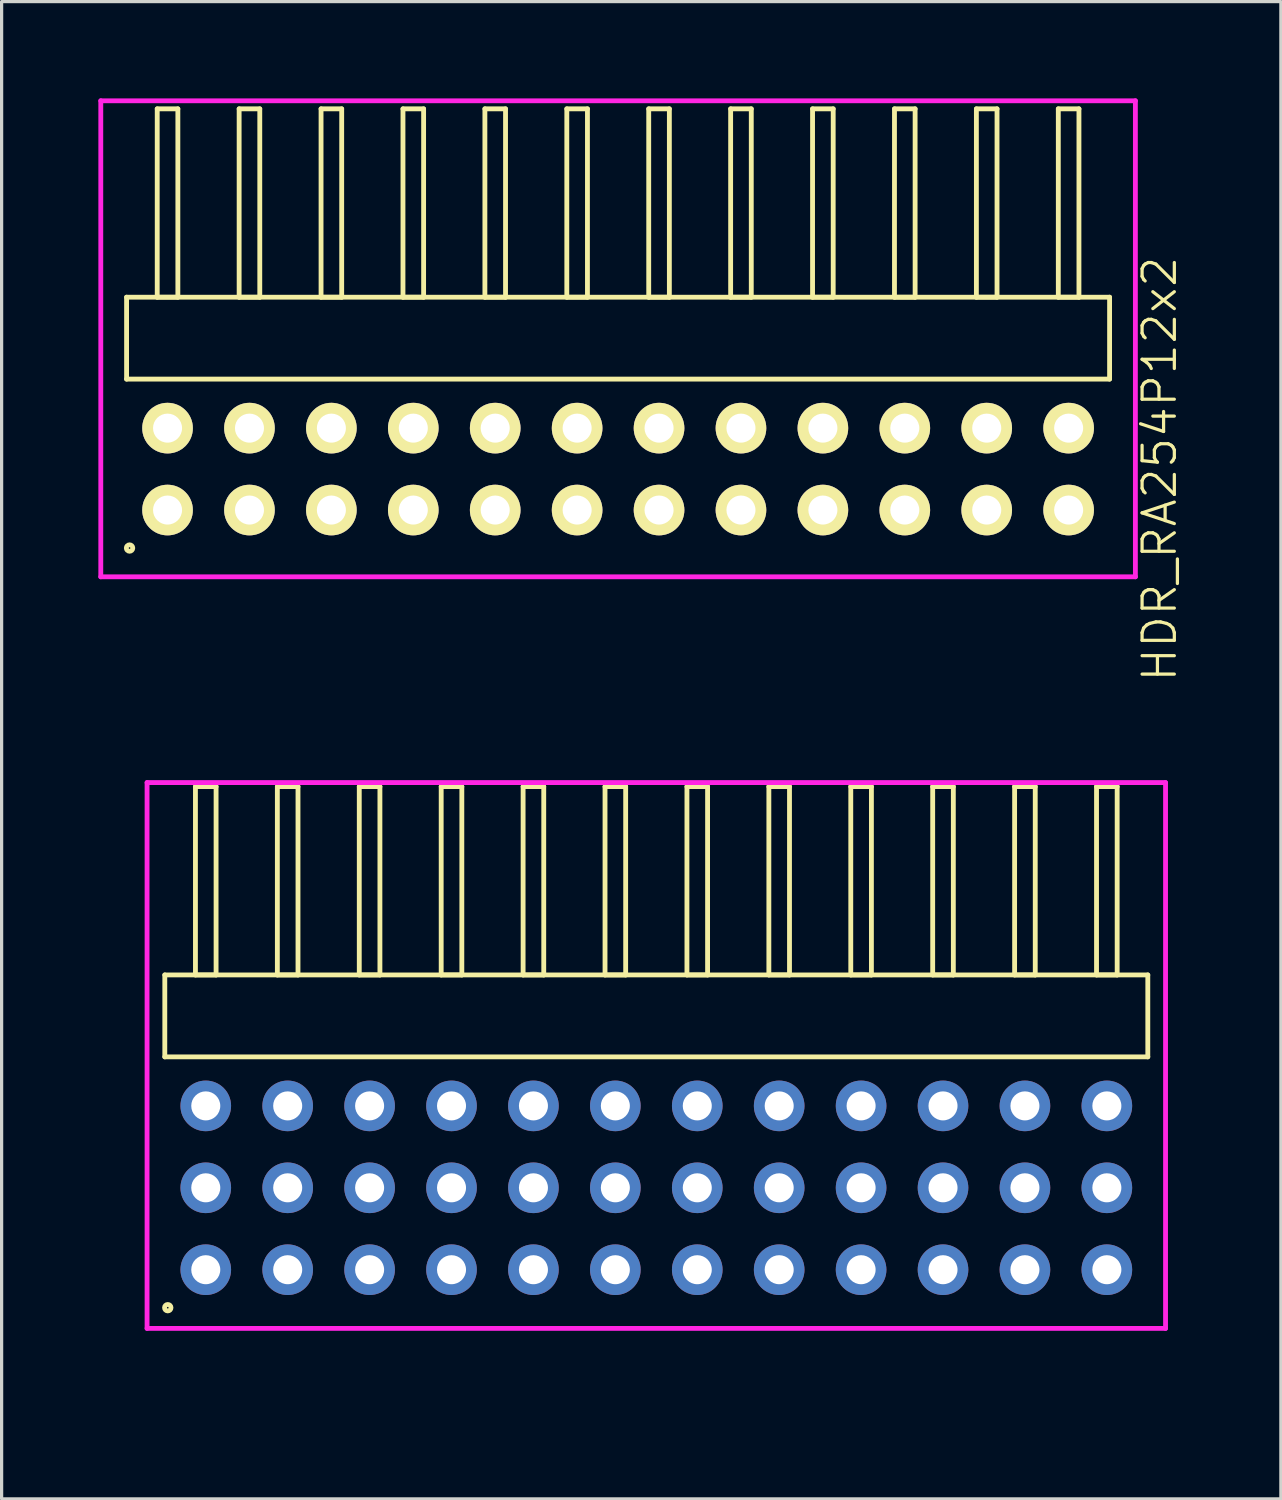
<source format=kicad_pcb>
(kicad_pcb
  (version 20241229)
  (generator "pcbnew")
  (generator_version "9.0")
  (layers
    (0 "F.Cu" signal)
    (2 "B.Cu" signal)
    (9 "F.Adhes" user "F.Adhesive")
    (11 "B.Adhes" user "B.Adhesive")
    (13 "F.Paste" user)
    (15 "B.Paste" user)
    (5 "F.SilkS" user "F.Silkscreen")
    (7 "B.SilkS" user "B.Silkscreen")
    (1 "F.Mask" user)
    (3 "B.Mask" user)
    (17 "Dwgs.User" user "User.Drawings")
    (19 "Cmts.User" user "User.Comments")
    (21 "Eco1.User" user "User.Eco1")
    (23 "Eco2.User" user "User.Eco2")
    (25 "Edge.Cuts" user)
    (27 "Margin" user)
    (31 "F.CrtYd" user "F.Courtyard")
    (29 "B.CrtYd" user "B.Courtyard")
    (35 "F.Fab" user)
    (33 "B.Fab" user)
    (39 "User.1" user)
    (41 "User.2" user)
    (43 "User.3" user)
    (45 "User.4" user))
  (footprint "HDR_RA254P12x3"
    (layer "F.Cu")
    (at 17.3 33.78)
    (property "Reference" "HDR_RA254P12x3" (at -16.54 0 90) (layer "User.1") (effects (font (size 1 1) (thickness 0.1))))
    (attr through_hole)
    (fp_line (start -15.24 -6.6) (end -15.24 -4.06) (stroke (width 0.15) (type solid)) (layer "F.SilkS"))
    (fp_line (start -15.24 -4.06) (end 15.24 -4.06) (stroke (width 0.15) (type solid)) (layer "F.SilkS"))
    (fp_line (start -14.29 -12.44) (end -14.29 -6.6) (stroke (width 0.15) (type solid)) (layer "F.SilkS"))
    (fp_line (start -14.29 -6.6) (end -13.65 -6.6) (stroke (width 0.15) (type solid)) (layer "F.SilkS"))
    (fp_line (start -13.65 -12.44) (end -14.29 -12.44) (stroke (width 0.15) (type solid)) (layer "F.SilkS"))
    (fp_line (start -13.65 -6.6) (end -13.65 -12.44) (stroke (width 0.15) (type solid)) (layer "F.SilkS"))
    (fp_line (start -11.75 -12.44) (end -11.75 -6.6) (stroke (width 0.15) (type solid)) (layer "F.SilkS"))
    (fp_line (start -11.75 -6.6) (end -11.11 -6.6) (stroke (width 0.15) (type solid)) (layer "F.SilkS"))
    (fp_line (start -11.11 -12.44) (end -11.75 -12.44) (stroke (width 0.15) (type solid)) (layer "F.SilkS"))
    (fp_line (start -11.11 -6.6) (end -11.11 -12.44) (stroke (width 0.15) (type solid)) (layer "F.SilkS"))
    (fp_line (start -9.21 -12.44) (end -9.21 -6.6) (stroke (width 0.15) (type solid)) (layer "F.SilkS"))
    (fp_line (start -9.21 -6.6) (end -8.57 -6.6) (stroke (width 0.15) (type solid)) (layer "F.SilkS"))
    (fp_line (start -8.57 -12.44) (end -9.21 -12.44) (stroke (width 0.15) (type solid)) (layer "F.SilkS"))
    (fp_line (start -8.57 -6.6) (end -8.57 -12.44) (stroke (width 0.15) (type solid)) (layer "F.SilkS"))
    (fp_line (start -6.67 -12.44) (end -6.67 -6.6) (stroke (width 0.15) (type solid)) (layer "F.SilkS"))
    (fp_line (start -6.67 -6.6) (end -6.03 -6.6) (stroke (width 0.15) (type solid)) (layer "F.SilkS"))
    (fp_line (start -6.03 -12.44) (end -6.67 -12.44) (stroke (width 0.15) (type solid)) (layer "F.SilkS"))
    (fp_line (start -6.03 -6.6) (end -6.03 -12.44) (stroke (width 0.15) (type solid)) (layer "F.SilkS"))
    (fp_line (start -4.13 -12.44) (end -4.13 -6.6) (stroke (width 0.15) (type solid)) (layer "F.SilkS"))
    (fp_line (start -4.13 -6.6) (end -3.49 -6.6) (stroke (width 0.15) (type solid)) (layer "F.SilkS"))
    (fp_line (start -3.49 -12.44) (end -4.13 -12.44) (stroke (width 0.15) (type solid)) (layer "F.SilkS"))
    (fp_line (start -3.49 -6.6) (end -3.49 -12.44) (stroke (width 0.15) (type solid)) (layer "F.SilkS"))
    (fp_line (start -1.59 -12.44) (end -1.59 -6.6) (stroke (width 0.15) (type solid)) (layer "F.SilkS"))
    (fp_line (start -1.59 -6.6) (end -0.95 -6.6) (stroke (width 0.15) (type solid)) (layer "F.SilkS"))
    (fp_line (start -0.95 -12.44) (end -1.59 -12.44) (stroke (width 0.15) (type solid)) (layer "F.SilkS"))
    (fp_line (start -0.95 -6.6) (end -0.95 -12.44) (stroke (width 0.15) (type solid)) (layer "F.SilkS"))
    (fp_line (start 0.95 -12.44) (end 0.95 -6.6) (stroke (width 0.15) (type solid)) (layer "F.SilkS"))
    (fp_line (start 0.95 -6.6) (end 1.59 -6.6) (stroke (width 0.15) (type solid)) (layer "F.SilkS"))
    (fp_line (start 1.59 -12.44) (end 0.95 -12.44) (stroke (width 0.15) (type solid)) (layer "F.SilkS"))
    (fp_line (start 1.59 -6.6) (end 1.59 -12.44) (stroke (width 0.15) (type solid)) (layer "F.SilkS"))
    (fp_line (start 3.49 -12.44) (end 3.49 -6.6) (stroke (width 0.15) (type solid)) (layer "F.SilkS"))
    (fp_line (start 3.49 -6.6) (end 4.13 -6.6) (stroke (width 0.15) (type solid)) (layer "F.SilkS"))
    (fp_line (start 4.13 -12.44) (end 3.49 -12.44) (stroke (width 0.15) (type solid)) (layer "F.SilkS"))
    (fp_line (start 4.13 -6.6) (end 4.13 -12.44) (stroke (width 0.15) (type solid)) (layer "F.SilkS"))
    (fp_line (start 6.03 -12.44) (end 6.03 -6.6) (stroke (width 0.15) (type solid)) (layer "F.SilkS"))
    (fp_line (start 6.03 -6.6) (end 6.67 -6.6) (stroke (width 0.15) (type solid)) (layer "F.SilkS"))
    (fp_line (start 6.67 -12.44) (end 6.03 -12.44) (stroke (width 0.15) (type solid)) (layer "F.SilkS"))
    (fp_line (start 6.67 -6.6) (end 6.67 -12.44) (stroke (width 0.15) (type solid)) (layer "F.SilkS"))
    (fp_line (start 8.57 -12.44) (end 8.57 -6.6) (stroke (width 0.15) (type solid)) (layer "F.SilkS"))
    (fp_line (start 8.57 -6.6) (end 9.21 -6.6) (stroke (width 0.15) (type solid)) (layer "F.SilkS"))
    (fp_line (start 9.21 -12.44) (end 8.57 -12.44) (stroke (width 0.15) (type solid)) (layer "F.SilkS"))
    (fp_line (start 9.21 -6.6) (end 9.21 -12.44) (stroke (width 0.15) (type solid)) (layer "F.SilkS"))
    (fp_line (start 11.11 -12.44) (end 11.11 -6.6) (stroke (width 0.15) (type solid)) (layer "F.SilkS"))
    (fp_line (start 11.11 -6.6) (end 11.75 -6.6) (stroke (width 0.15) (type solid)) (layer "F.SilkS"))
    (fp_line (start 11.75 -12.44) (end 11.11 -12.44) (stroke (width 0.15) (type solid)) (layer "F.SilkS"))
    (fp_line (start 11.75 -6.6) (end 11.75 -12.44) (stroke (width 0.15) (type solid)) (layer "F.SilkS"))
    (fp_line (start 13.65 -12.44) (end 13.65 -6.6) (stroke (width 0.15) (type solid)) (layer "F.SilkS"))
    (fp_line (start 13.65 -6.6) (end 14.29 -6.6) (stroke (width 0.15) (type solid)) (layer "F.SilkS"))
    (fp_line (start 14.29 -12.44) (end 13.65 -12.44) (stroke (width 0.15) (type solid)) (layer "F.SilkS"))
    (fp_line (start 14.29 -6.6) (end 14.29 -12.44) (stroke (width 0.15) (type solid)) (layer "F.SilkS"))
    (fp_line (start 15.24 -6.6) (end -15.24 -6.6) (stroke (width 0.15) (type solid)) (layer "F.SilkS"))
    (fp_line (start 15.24 -4.06) (end 15.24 -6.6) (stroke (width 0.15) (type solid)) (layer "F.SilkS"))
    (fp_circle (center -15.148 3.718) (end -15.048 3.718) (stroke (width 0.15) (type solid)) (fill no) (layer "F.SilkS"))
    (fp_line (start -15.79 -12.565) (end -15.79 4.36) (stroke (width 0.15) (type solid)) (layer "F.CrtYd"))
    (fp_line (start -15.79 4.36) (end 15.79 4.36) (stroke (width 0.15) (type solid)) (layer "F.CrtYd"))
    (fp_line (start 15.79 -12.565) (end -15.79 -12.565) (stroke (width 0.15) (type solid)) (layer "F.CrtYd"))
    (fp_line (start 15.79 4.36) (end 15.79 -12.565) (stroke (width 0.15) (type solid)) (layer "F.CrtYd"))
    (pad "1" thru_hole oval (at -13.97 2.54) (size 1.57 1.57) (drill 0.9) (layers "*.Cu" "*.Mask"))
    (pad "2" thru_hole oval (at -13.97 0) (size 1.57 1.57) (drill 0.9) (layers "*.Cu" "*.Mask"))
    (pad "3" thru_hole oval (at -13.97 -2.54) (size 1.57 1.57) (drill 0.9) (layers "*.Cu" "*.Mask"))
    (pad "4" thru_hole oval (at -11.43 2.54) (size 1.57 1.57) (drill 0.9) (layers "*.Cu" "*.Mask"))
    (pad "5" thru_hole oval (at -11.43 0) (size 1.57 1.57) (drill 0.9) (layers "*.Cu" "*.Mask"))
    (pad "6" thru_hole oval (at -11.43 -2.54) (size 1.57 1.57) (drill 0.9) (layers "*.Cu" "*.Mask"))
    (pad "7" thru_hole oval (at -8.89 2.54) (size 1.57 1.57) (drill 0.9) (layers "*.Cu" "*.Mask"))
    (pad "8" thru_hole oval (at -8.89 0) (size 1.57 1.57) (drill 0.9) (layers "*.Cu" "*.Mask"))
    (pad "9" thru_hole oval (at -8.89 -2.54) (size 1.57 1.57) (drill 0.9) (layers "*.Cu" "*.Mask"))
    (pad "10" thru_hole oval (at -6.35 2.54) (size 1.57 1.57) (drill 0.9) (layers "*.Cu" "*.Mask"))
    (pad "11" thru_hole oval (at -6.35 0) (size 1.57 1.57) (drill 0.9) (layers "*.Cu" "*.Mask"))
    (pad "12" thru_hole oval (at -6.35 -2.54) (size 1.57 1.57) (drill 0.9) (layers "*.Cu" "*.Mask"))
    (pad "13" thru_hole oval (at -3.81 2.54) (size 1.57 1.57) (drill 0.9) (layers "*.Cu" "*.Mask"))
    (pad "14" thru_hole oval (at -3.81 0) (size 1.57 1.57) (drill 0.9) (layers "*.Cu" "*.Mask"))
    (pad "15" thru_hole oval (at -3.81 -2.54) (size 1.57 1.57) (drill 0.9) (layers "*.Cu" "*.Mask"))
    (pad "16" thru_hole oval (at -1.27 2.54) (size 1.57 1.57) (drill 0.9) (layers "*.Cu" "*.Mask"))
    (pad "17" thru_hole oval (at -1.27 0) (size 1.57 1.57) (drill 0.9) (layers "*.Cu" "*.Mask"))
    (pad "18" thru_hole oval (at -1.27 -2.54) (size 1.57 1.57) (drill 0.9) (layers "*.Cu" "*.Mask"))
    (pad "19" thru_hole oval (at 1.27 2.54) (size 1.57 1.57) (drill 0.9) (layers "*.Cu" "*.Mask"))
    (pad "20" thru_hole oval (at 1.27 0) (size 1.57 1.57) (drill 0.9) (layers "*.Cu" "*.Mask"))
    (pad "21" thru_hole oval (at 1.27 -2.54) (size 1.57 1.57) (drill 0.9) (layers "*.Cu" "*.Mask"))
    (pad "22" thru_hole oval (at 3.81 2.54) (size 1.57 1.57) (drill 0.9) (layers "*.Cu" "*.Mask"))
    (pad "23" thru_hole oval (at 3.81 0) (size 1.57 1.57) (drill 0.9) (layers "*.Cu" "*.Mask"))
    (pad "24" thru_hole oval (at 3.81 -2.54) (size 1.57 1.57) (drill 0.9) (layers "*.Cu" "*.Mask"))
    (pad "25" thru_hole oval (at 6.35 2.54) (size 1.57 1.57) (drill 0.9) (layers "*.Cu" "*.Mask"))
    (pad "26" thru_hole oval (at 6.35 0) (size 1.57 1.57) (drill 0.9) (layers "*.Cu" "*.Mask"))
    (pad "27" thru_hole oval (at 6.35 -2.54) (size 1.57 1.57) (drill 0.9) (layers "*.Cu" "*.Mask"))
    (pad "28" thru_hole oval (at 8.89 2.54) (size 1.57 1.57) (drill 0.9) (layers "*.Cu" "*.Mask"))
    (pad "29" thru_hole oval (at 8.89 0) (size 1.57 1.57) (drill 0.9) (layers "*.Cu" "*.Mask"))
    (pad "30" thru_hole oval (at 8.89 -2.54) (size 1.57 1.57) (drill 0.9) (layers "*.Cu" "*.Mask"))
    (pad "31" thru_hole oval (at 11.43 2.54) (size 1.57 1.57) (drill 0.9) (layers "*.Cu" "*.Mask"))
    (pad "32" thru_hole oval (at 11.43 0) (size 1.57 1.57) (drill 0.9) (layers "*.Cu" "*.Mask"))
    (pad "33" thru_hole oval (at 11.43 -2.54) (size 1.57 1.57) (drill 0.9) (layers "*.Cu" "*.Mask"))
    (pad "34" thru_hole oval (at 13.97 2.54) (size 1.57 1.57) (drill 0.9) (layers "*.Cu" "*.Mask"))
    (pad "35" thru_hole oval (at 13.97 0) (size 1.57 1.57) (drill 0.9) (layers "*.Cu" "*.Mask"))
    (pad "36" thru_hole oval (at 13.97 -2.54) (size 1.57 1.57) (drill 0.9) (layers "*.Cu" "*.Mask")))
  (footprint "HDR_RA254P12x2"
    (layer "F.Cu")
    (at 16.115 11.495)
    (property "Reference" "HDR_RA254P12x2" (at 16.79 0 90) (layer "F.SilkS") (effects (font (size 1 1) (thickness 0.1))))
    (attr through_hole)
    (fp_line (start -15.24 -5.33) (end -15.24 -2.79) (stroke (width 0.15) (type solid)) (layer "F.SilkS"))
    (fp_line (start -15.24 -2.79) (end 15.24 -2.79) (stroke (width 0.15) (type solid)) (layer "F.SilkS"))
    (fp_line (start -14.29 -11.17) (end -14.29 -5.33) (stroke (width 0.15) (type solid)) (layer "F.SilkS"))
    (fp_line (start -14.29 -5.33) (end -13.65 -5.33) (stroke (width 0.15) (type solid)) (layer "F.SilkS"))
    (fp_line (start -13.65 -11.17) (end -14.29 -11.17) (stroke (width 0.15) (type solid)) (layer "F.SilkS"))
    (fp_line (start -13.65 -5.33) (end -13.65 -11.17) (stroke (width 0.15) (type solid)) (layer "F.SilkS"))
    (fp_line (start -11.75 -11.17) (end -11.75 -5.33) (stroke (width 0.15) (type solid)) (layer "F.SilkS"))
    (fp_line (start -11.75 -5.33) (end -11.11 -5.33) (stroke (width 0.15) (type solid)) (layer "F.SilkS"))
    (fp_line (start -11.11 -11.17) (end -11.75 -11.17) (stroke (width 0.15) (type solid)) (layer "F.SilkS"))
    (fp_line (start -11.11 -5.33) (end -11.11 -11.17) (stroke (width 0.15) (type solid)) (layer "F.SilkS"))
    (fp_line (start -9.21 -11.17) (end -9.21 -5.33) (stroke (width 0.15) (type solid)) (layer "F.SilkS"))
    (fp_line (start -9.21 -5.33) (end -8.57 -5.33) (stroke (width 0.15) (type solid)) (layer "F.SilkS"))
    (fp_line (start -8.57 -11.17) (end -9.21 -11.17) (stroke (width 0.15) (type solid)) (layer "F.SilkS"))
    (fp_line (start -8.57 -5.33) (end -8.57 -11.17) (stroke (width 0.15) (type solid)) (layer "F.SilkS"))
    (fp_line (start -6.67 -11.17) (end -6.67 -5.33) (stroke (width 0.15) (type solid)) (layer "F.SilkS"))
    (fp_line (start -6.67 -5.33) (end -6.03 -5.33) (stroke (width 0.15) (type solid)) (layer "F.SilkS"))
    (fp_line (start -6.03 -11.17) (end -6.67 -11.17) (stroke (width 0.15) (type solid)) (layer "F.SilkS"))
    (fp_line (start -6.03 -5.33) (end -6.03 -11.17) (stroke (width 0.15) (type solid)) (layer "F.SilkS"))
    (fp_line (start -4.13 -11.17) (end -4.13 -5.33) (stroke (width 0.15) (type solid)) (layer "F.SilkS"))
    (fp_line (start -4.13 -5.33) (end -3.49 -5.33) (stroke (width 0.15) (type solid)) (layer "F.SilkS"))
    (fp_line (start -3.49 -11.17) (end -4.13 -11.17) (stroke (width 0.15) (type solid)) (layer "F.SilkS"))
    (fp_line (start -3.49 -5.33) (end -3.49 -11.17) (stroke (width 0.15) (type solid)) (layer "F.SilkS"))
    (fp_line (start -1.59 -11.17) (end -1.59 -5.33) (stroke (width 0.15) (type solid)) (layer "F.SilkS"))
    (fp_line (start -1.59 -5.33) (end -0.95 -5.33) (stroke (width 0.15) (type solid)) (layer "F.SilkS"))
    (fp_line (start -0.95 -11.17) (end -1.59 -11.17) (stroke (width 0.15) (type solid)) (layer "F.SilkS"))
    (fp_line (start -0.95 -5.33) (end -0.95 -11.17) (stroke (width 0.15) (type solid)) (layer "F.SilkS"))
    (fp_line (start 0.95 -11.17) (end 0.95 -5.33) (stroke (width 0.15) (type solid)) (layer "F.SilkS"))
    (fp_line (start 0.95 -5.33) (end 1.59 -5.33) (stroke (width 0.15) (type solid)) (layer "F.SilkS"))
    (fp_line (start 1.59 -11.17) (end 0.95 -11.17) (stroke (width 0.15) (type solid)) (layer "F.SilkS"))
    (fp_line (start 1.59 -5.33) (end 1.59 -11.17) (stroke (width 0.15) (type solid)) (layer "F.SilkS"))
    (fp_line (start 3.49 -11.17) (end 3.49 -5.33) (stroke (width 0.15) (type solid)) (layer "F.SilkS"))
    (fp_line (start 3.49 -5.33) (end 4.13 -5.33) (stroke (width 0.15) (type solid)) (layer "F.SilkS"))
    (fp_line (start 4.13 -11.17) (end 3.49 -11.17) (stroke (width 0.15) (type solid)) (layer "F.SilkS"))
    (fp_line (start 4.13 -5.33) (end 4.13 -11.17) (stroke (width 0.15) (type solid)) (layer "F.SilkS"))
    (fp_line (start 6.03 -11.17) (end 6.03 -5.33) (stroke (width 0.15) (type solid)) (layer "F.SilkS"))
    (fp_line (start 6.03 -5.33) (end 6.67 -5.33) (stroke (width 0.15) (type solid)) (layer "F.SilkS"))
    (fp_line (start 6.67 -11.17) (end 6.03 -11.17) (stroke (width 0.15) (type solid)) (layer "F.SilkS"))
    (fp_line (start 6.67 -5.33) (end 6.67 -11.17) (stroke (width 0.15) (type solid)) (layer "F.SilkS"))
    (fp_line (start 8.57 -11.17) (end 8.57 -5.33) (stroke (width 0.15) (type solid)) (layer "F.SilkS"))
    (fp_line (start 8.57 -5.33) (end 9.21 -5.33) (stroke (width 0.15) (type solid)) (layer "F.SilkS"))
    (fp_line (start 9.21 -11.17) (end 8.57 -11.17) (stroke (width 0.15) (type solid)) (layer "F.SilkS"))
    (fp_line (start 9.21 -5.33) (end 9.21 -11.17) (stroke (width 0.15) (type solid)) (layer "F.SilkS"))
    (fp_line (start 11.11 -11.17) (end 11.11 -5.33) (stroke (width 0.15) (type solid)) (layer "F.SilkS"))
    (fp_line (start 11.11 -5.33) (end 11.75 -5.33) (stroke (width 0.15) (type solid)) (layer "F.SilkS"))
    (fp_line (start 11.75 -11.17) (end 11.11 -11.17) (stroke (width 0.15) (type solid)) (layer "F.SilkS"))
    (fp_line (start 11.75 -5.33) (end 11.75 -11.17) (stroke (width 0.15) (type solid)) (layer "F.SilkS"))
    (fp_line (start 13.65 -11.17) (end 13.65 -5.33) (stroke (width 0.15) (type solid)) (layer "F.SilkS"))
    (fp_line (start 13.65 -5.33) (end 14.29 -5.33) (stroke (width 0.15) (type solid)) (layer "F.SilkS"))
    (fp_line (start 14.29 -11.17) (end 13.65 -11.17) (stroke (width 0.15) (type solid)) (layer "F.SilkS"))
    (fp_line (start 14.29 -5.33) (end 14.29 -11.17) (stroke (width 0.15) (type solid)) (layer "F.SilkS"))
    (fp_line (start 15.24 -5.33) (end -15.24 -5.33) (stroke (width 0.15) (type solid)) (layer "F.SilkS"))
    (fp_line (start 15.24 -2.79) (end 15.24 -5.33) (stroke (width 0.15) (type solid)) (layer "F.SilkS"))
    (fp_circle (center -15.148 2.448) (end -15.048 2.448) (stroke (width 0.15) (type solid)) (fill no) (layer "F.SilkS"))
    (fp_line (start -16.04 -11.42) (end -16.04 3.34) (stroke (width 0.15) (type solid)) (layer "F.CrtYd"))
    (fp_line (start -16.04 3.34) (end 16.04 3.34) (stroke (width 0.15) (type solid)) (layer "F.CrtYd"))
    (fp_line (start 16.04 -11.42) (end -16.04 -11.42) (stroke (width 0.15) (type solid)) (layer "F.CrtYd"))
    (fp_line (start 16.04 3.34) (end 16.04 -11.42) (stroke (width 0.15) (type solid)) (layer "F.CrtYd"))
    (pad "1" thru_hole oval (at -13.97 1.27) (size 1.57 1.57) (drill 0.9) (layers "*.Cu" "*.Mask" "F.SilkS"))
    (pad "2" thru_hole oval (at -13.97 -1.27) (size 1.57 1.57) (drill 0.9) (layers "*.Cu" "*.Mask" "F.SilkS"))
    (pad "3" thru_hole oval (at -11.43 1.27) (size 1.57 1.57) (drill 0.9) (layers "*.Cu" "*.Mask" "F.SilkS"))
    (pad "4" thru_hole oval (at -11.43 -1.27) (size 1.57 1.57) (drill 0.9) (layers "*.Cu" "*.Mask" "F.SilkS"))
    (pad "5" thru_hole oval (at -8.89 1.27) (size 1.57 1.57) (drill 0.9) (layers "*.Cu" "*.Mask" "F.SilkS"))
    (pad "6" thru_hole oval (at -8.89 -1.27) (size 1.57 1.57) (drill 0.9) (layers "*.Cu" "*.Mask" "F.SilkS"))
    (pad "7" thru_hole oval (at -6.35 1.27) (size 1.57 1.57) (drill 0.9) (layers "*.Cu" "*.Mask" "F.SilkS"))
    (pad "8" thru_hole oval (at -6.35 -1.27) (size 1.57 1.57) (drill 0.9) (layers "*.Cu" "*.Mask" "F.SilkS"))
    (pad "9" thru_hole oval (at -3.81 1.27) (size 1.57 1.57) (drill 0.9) (layers "*.Cu" "*.Mask" "F.SilkS"))
    (pad "10" thru_hole oval (at -3.81 -1.27) (size 1.57 1.57) (drill 0.9) (layers "*.Cu" "*.Mask" "F.SilkS"))
    (pad "11" thru_hole oval (at -1.27 1.27) (size 1.57 1.57) (drill 0.9) (layers "*.Cu" "*.Mask" "F.SilkS"))
    (pad "12" thru_hole oval (at -1.27 -1.27) (size 1.57 1.57) (drill 0.9) (layers "*.Cu" "*.Mask" "F.SilkS"))
    (pad "13" thru_hole oval (at 1.27 1.27) (size 1.57 1.57) (drill 0.9) (layers "*.Cu" "*.Mask" "F.SilkS"))
    (pad "14" thru_hole oval (at 1.27 -1.27) (size 1.57 1.57) (drill 0.9) (layers "*.Cu" "*.Mask" "F.SilkS"))
    (pad "15" thru_hole oval (at 3.81 1.27) (size 1.57 1.57) (drill 0.9) (layers "*.Cu" "*.Mask" "F.SilkS"))
    (pad "16" thru_hole oval (at 3.81 -1.27) (size 1.57 1.57) (drill 0.9) (layers "*.Cu" "*.Mask" "F.SilkS"))
    (pad "17" thru_hole oval (at 6.35 1.27) (size 1.57 1.57) (drill 0.9) (layers "*.Cu" "*.Mask" "F.SilkS"))
    (pad "18" thru_hole oval (at 6.35 -1.27) (size 1.57 1.57) (drill 0.9) (layers "*.Cu" "*.Mask" "F.SilkS"))
    (pad "19" thru_hole oval (at 8.89 1.27) (size 1.57 1.57) (drill 0.9) (layers "*.Cu" "*.Mask" "F.SilkS"))
    (pad "20" thru_hole oval (at 8.89 -1.27) (size 1.57 1.57) (drill 0.9) (layers "*.Cu" "*.Mask" "F.SilkS"))
    (pad "21" thru_hole oval (at 11.43 1.27) (size 1.57 1.57) (drill 0.9) (layers "*.Cu" "*.Mask" "F.SilkS"))
    (pad "22" thru_hole oval (at 11.43 -1.27) (size 1.57 1.57) (drill 0.9) (layers "*.Cu" "*.Mask" "F.SilkS"))
    (pad "23" thru_hole oval (at 13.97 1.27) (size 1.57 1.57) (drill 0.9) (layers "*.Cu" "*.Mask" "F.SilkS"))
    (pad "24" thru_hole oval (at 13.97 -1.27) (size 1.57 1.57) (drill 0.9) (layers "*.Cu" "*.Mask" "F.SilkS")))
  (gr_rect
    (start -3 -3)
    (end 36.666 43.425)
    (stroke (width 0.1) (type default))
    (fill no)
    (layer "Edge.Cuts")))
</source>
